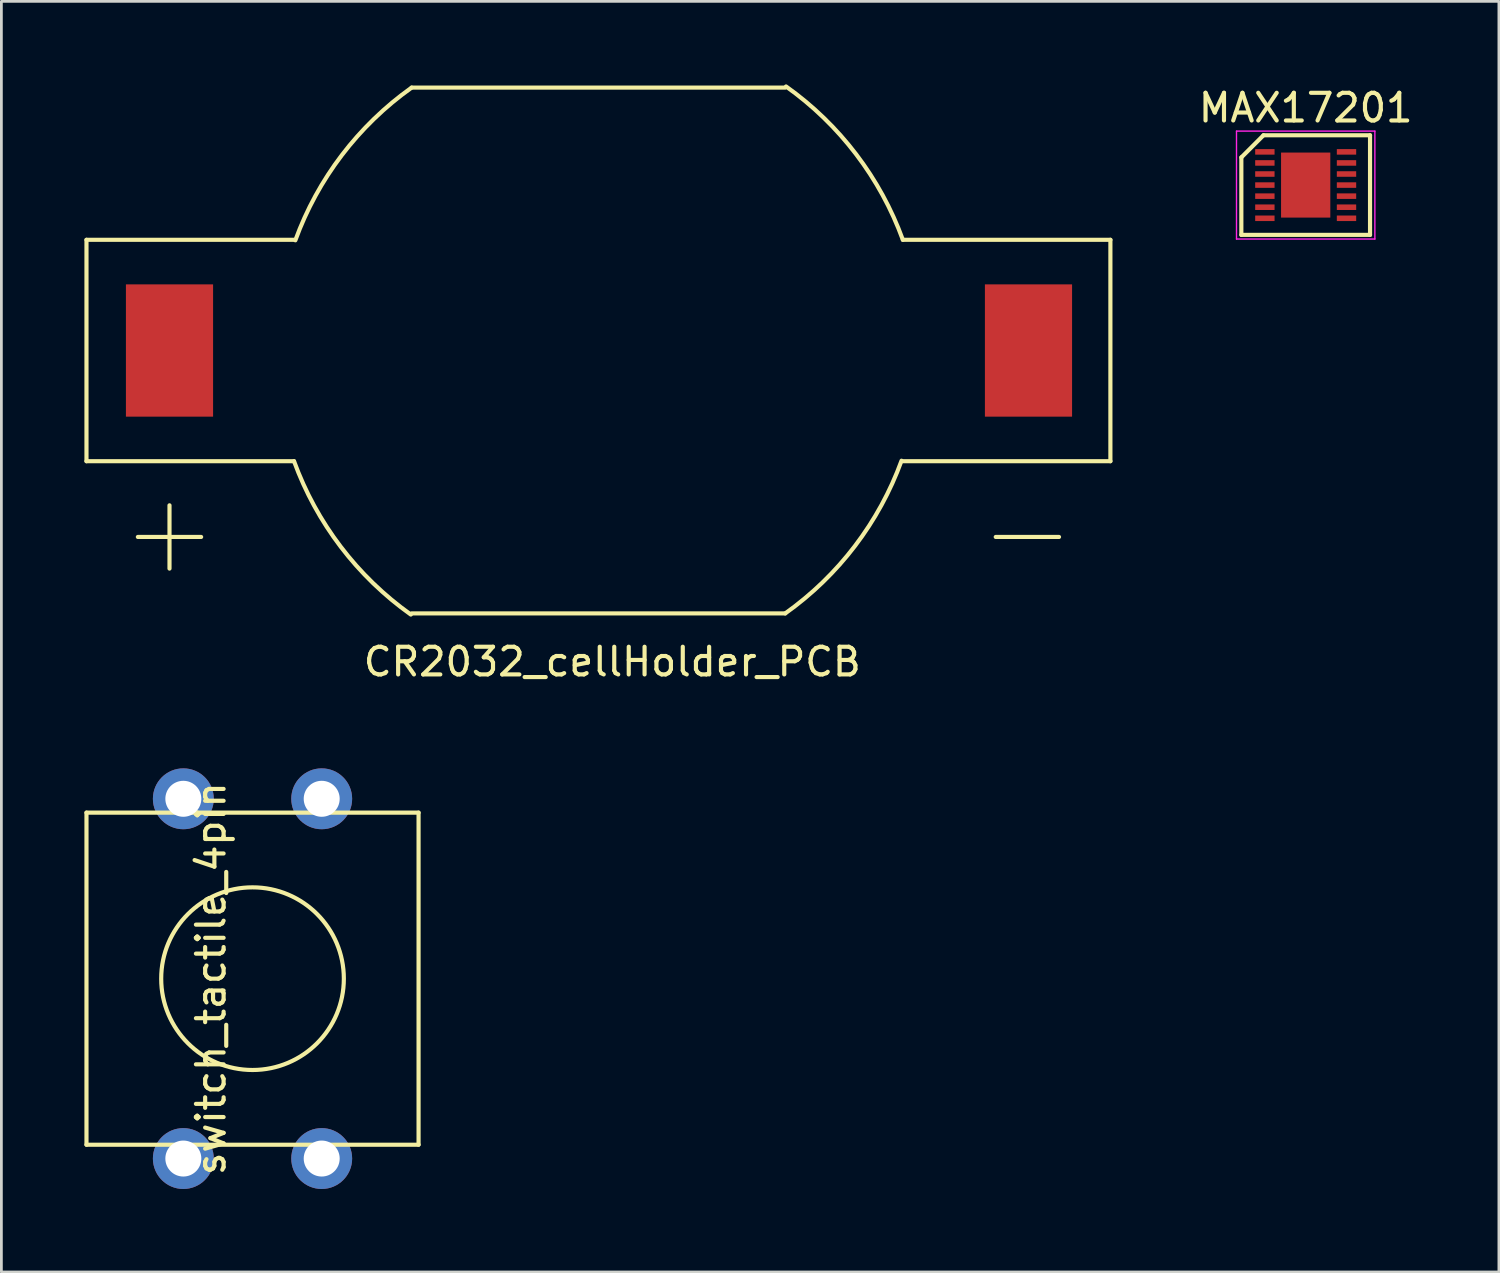
<source format=kicad_pcb>
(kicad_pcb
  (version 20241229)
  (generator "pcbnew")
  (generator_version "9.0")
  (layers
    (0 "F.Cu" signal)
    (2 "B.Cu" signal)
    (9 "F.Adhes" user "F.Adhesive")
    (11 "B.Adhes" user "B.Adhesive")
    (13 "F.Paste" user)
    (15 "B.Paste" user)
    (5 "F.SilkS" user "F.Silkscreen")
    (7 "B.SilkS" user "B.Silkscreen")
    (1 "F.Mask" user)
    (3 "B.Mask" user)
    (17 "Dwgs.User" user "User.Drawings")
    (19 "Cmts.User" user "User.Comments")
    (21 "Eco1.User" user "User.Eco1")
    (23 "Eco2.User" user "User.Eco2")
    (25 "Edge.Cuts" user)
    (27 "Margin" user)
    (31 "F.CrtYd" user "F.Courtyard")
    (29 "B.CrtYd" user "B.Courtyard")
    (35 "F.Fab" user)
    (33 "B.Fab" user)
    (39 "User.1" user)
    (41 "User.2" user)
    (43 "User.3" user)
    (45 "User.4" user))
  (footprint "switch_tactile_4pin"
    (layer "F.Cu")
    (at 6.075 32.315)
    (property "Reference" "switch_tactile_4pin" (at -1.5 0 90) (layer "F.SilkS") (effects (font (size 1 1) (thickness 0.15))))
    (attr through_hole)
    (fp_line (start -6 -6) (end 6 -6) (stroke (width 0.15) (type solid)) (layer "F.SilkS"))
    (fp_line (start -6 6) (end -6 -6) (stroke (width 0.15) (type solid)) (layer "F.SilkS"))
    (fp_line (start 6 -6) (end 6 6) (stroke (width 0.15) (type solid)) (layer "F.SilkS"))
    (fp_line (start 6 6) (end -6 6) (stroke (width 0.15) (type solid)) (layer "F.SilkS"))
    (fp_circle (center 0 0) (end 3.3 0) (stroke (width 0.15) (type solid)) (fill no) (layer "F.SilkS"))
    (pad "1" thru_hole circle (at -2.5 -6.5) (size 2.2 2.2) (drill 1.3) (layers "*.Cu" "*.Mask"))
    (pad "1" thru_hole circle (at -2.5 6.5) (size 2.2 2.2) (drill 1.3) (layers "*.Cu" "*.Mask"))
    (pad "2" thru_hole circle (at 2.5 -6.5) (size 2.2 2.2) (drill 1.3) (layers "*.Cu" "*.Mask"))
    (pad "2" thru_hole circle (at 2.5 6.5) (size 2.2 2.2) (drill 1.3) (layers "*.Cu" "*.Mask")))
  (footprint "MAX17201"
    (layer "F.Cu")
    (at 44.132 3.638)
    (property "Reference" "MAX17201" (at 0 -2.79 0) (layer "F.SilkS") (effects (font (size 1 1) (thickness 0.15))))
    (attr smd)
    (fp_line (start -2.325 -1) (end -1.525 -1.8) (stroke (width 0.15) (type solid)) (layer "F.SilkS"))
    (fp_line (start -2.325 1.8) (end -2.325 -1) (stroke (width 0.15) (type solid)) (layer "F.SilkS"))
    (fp_line (start -1.525 -1.8) (end 2.325 -1.8) (stroke (width 0.15) (type solid)) (layer "F.SilkS"))
    (fp_line (start 2.325 -1.8) (end 2.325 1.8) (stroke (width 0.15) (type solid)) (layer "F.SilkS"))
    (fp_line (start 2.325 1.8) (end -2.325 1.8) (stroke (width 0.15) (type solid)) (layer "F.SilkS"))
    (fp_line (start -2.5 -1.95) (end 2.5 -1.95) (stroke (width 0.05) (type solid)) (layer "F.CrtYd"))
    (fp_line (start -2.5 1.95) (end -2.5 -1.95) (stroke (width 0.05) (type solid)) (layer "F.CrtYd"))
    (fp_line (start 2.5 -1.95) (end 2.5 1.95) (stroke (width 0.05) (type solid)) (layer "F.CrtYd"))
    (fp_line (start 2.5 1.95) (end -2.5 1.95) (stroke (width 0.05) (type solid)) (layer "F.CrtYd"))
    (pad "1" smd rect (at -1.475 -1.2 270) (size 0.2 0.7) (layers "F.Cu" "F.Mask" "F.Paste"))
    (pad "2" smd rect (at -1.475 -0.8 270) (size 0.2 0.7) (layers "F.Cu" "F.Mask" "F.Paste"))
    (pad "3" smd rect (at -1.475 -0.4 270) (size 0.2 0.7) (layers "F.Cu" "F.Mask" "F.Paste"))
    (pad "4" smd rect (at -1.475 0 270) (size 0.2 0.7) (layers "F.Cu" "F.Mask" "F.Paste"))
    (pad "5" smd rect (at -1.475 0.4 270) (size 0.2 0.7) (layers "F.Cu" "F.Mask" "F.Paste"))
    (pad "6" smd rect (at -1.475 0.8 270) (size 0.2 0.7) (layers "F.Cu" "F.Mask" "F.Paste"))
    (pad "7" smd rect (at -1.475 1.2 270) (size 0.2 0.7) (layers "F.Cu" "F.Mask" "F.Paste"))
    (pad "8" smd rect (at 1.475 1.2 270) (size 0.2 0.7) (layers "F.Cu" "F.Mask" "F.Paste"))
    (pad "9" smd rect (at 1.475 0.8 270) (size 0.2 0.7) (layers "F.Cu" "F.Mask" "F.Paste"))
    (pad "10" smd rect (at 1.475 0.4 270) (size 0.2 0.7) (layers "F.Cu" "F.Mask" "F.Paste"))
    (pad "11" smd rect (at 1.475 0 270) (size 0.2 0.7) (layers "F.Cu" "F.Mask" "F.Paste"))
    (pad "12" smd rect (at 1.475 -0.4 270) (size 0.2 0.7) (layers "F.Cu" "F.Mask" "F.Paste"))
    (pad "13" smd rect (at 1.475 -0.8 270) (size 0.2 0.7) (layers "F.Cu" "F.Mask" "F.Paste"))
    (pad "14" smd rect (at 1.475 -1.2 270) (size 0.2 0.7) (layers "F.Cu" "F.Mask" "F.Paste"))
    (pad "15" smd rect (at 0 0) (size 1.78 2.35) (layers "F.Cu" "F.Mask" "F.Paste")))
  (footprint "CR2032_cellHolder_PCB"
    (layer "F.Cu")
    (at 3.075 9.616)
    (property "Reference" "CR2032_cellHolder_PCB" (at 16 11.25 0) (layer "F.SilkS") (effects (font (size 1 1) (thickness 0.15))))
    (attr smd)
    (fp_line (start -3 -4) (end -3 4) (stroke (width 0.15) (type solid)) (layer "F.SilkS"))
    (fp_line (start -3 4) (end 4.5 4) (stroke (width 0.15) (type solid)) (layer "F.SilkS"))
    (fp_line (start 4.5 -4) (end -3 -4) (stroke (width 0.15) (type solid)) (layer "F.SilkS"))
    (fp_line (start 8.75 -9.5) (end 22.25 -9.5) (stroke (width 0.15) (type solid)) (layer "F.SilkS"))
    (fp_line (start 8.75 9.5) (end 22.25 9.5) (stroke (width 0.15) (type solid)) (layer "F.SilkS"))
    (fp_line (start 26.5 -4) (end 34 -4) (stroke (width 0.15) (type solid)) (layer "F.SilkS"))
    (fp_line (start 34 -4) (end 34 4) (stroke (width 0.15) (type solid)) (layer "F.SilkS"))
    (fp_line (start 34 4) (end 26.5 4) (stroke (width 0.15) (type solid)) (layer "F.SilkS"))
    (fp_arc (start 4.547779 -3.982626) (mid 6.228943 -7.061158) (end 8.750001 -9.499999) (stroke (width 0.15) (type solid)) (layer "F.SilkS"))
    (fp_arc (start 8.720555 9.541441) (mid 6.188499 7.091962) (end 4.500001 3.999999) (stroke (width 0.15) (type solid)) (layer "F.SilkS"))
    (fp_arc (start 22.279445 -9.541441) (mid 24.811501 -7.091962) (end 26.499999 -3.999999) (stroke (width 0.15) (type solid)) (layer "F.SilkS"))
    (fp_arc (start 26.452221 3.982626) (mid 24.771057 7.061158) (end 22.249999 9.499999) (stroke (width 0.15) (type solid)) (layer "F.SilkS"))
    (fp_text user "+" (at 0 6.5 0) (layer "F.SilkS") (effects (font (size 3 3) (thickness 0.15))))
    (fp_text user "-" (at 31 6.5 0) (layer "F.SilkS") (effects (font (size 3 3) (thickness 0.15))))
    (pad "1" smd rect (at 0 0) (size 3.15 4.78) (layers "F.Cu" "F.Mask" "F.Paste"))
    (pad "2" smd rect (at 31.04 0) (size 3.15 4.78) (layers "F.Cu" "F.Mask" "F.Paste")))
  (gr_rect
    (start -3 -3)
    (end 51.114 42.915)
    (stroke (width 0.1) (type default))
    (fill no)
    (layer "Edge.Cuts")))
</source>
